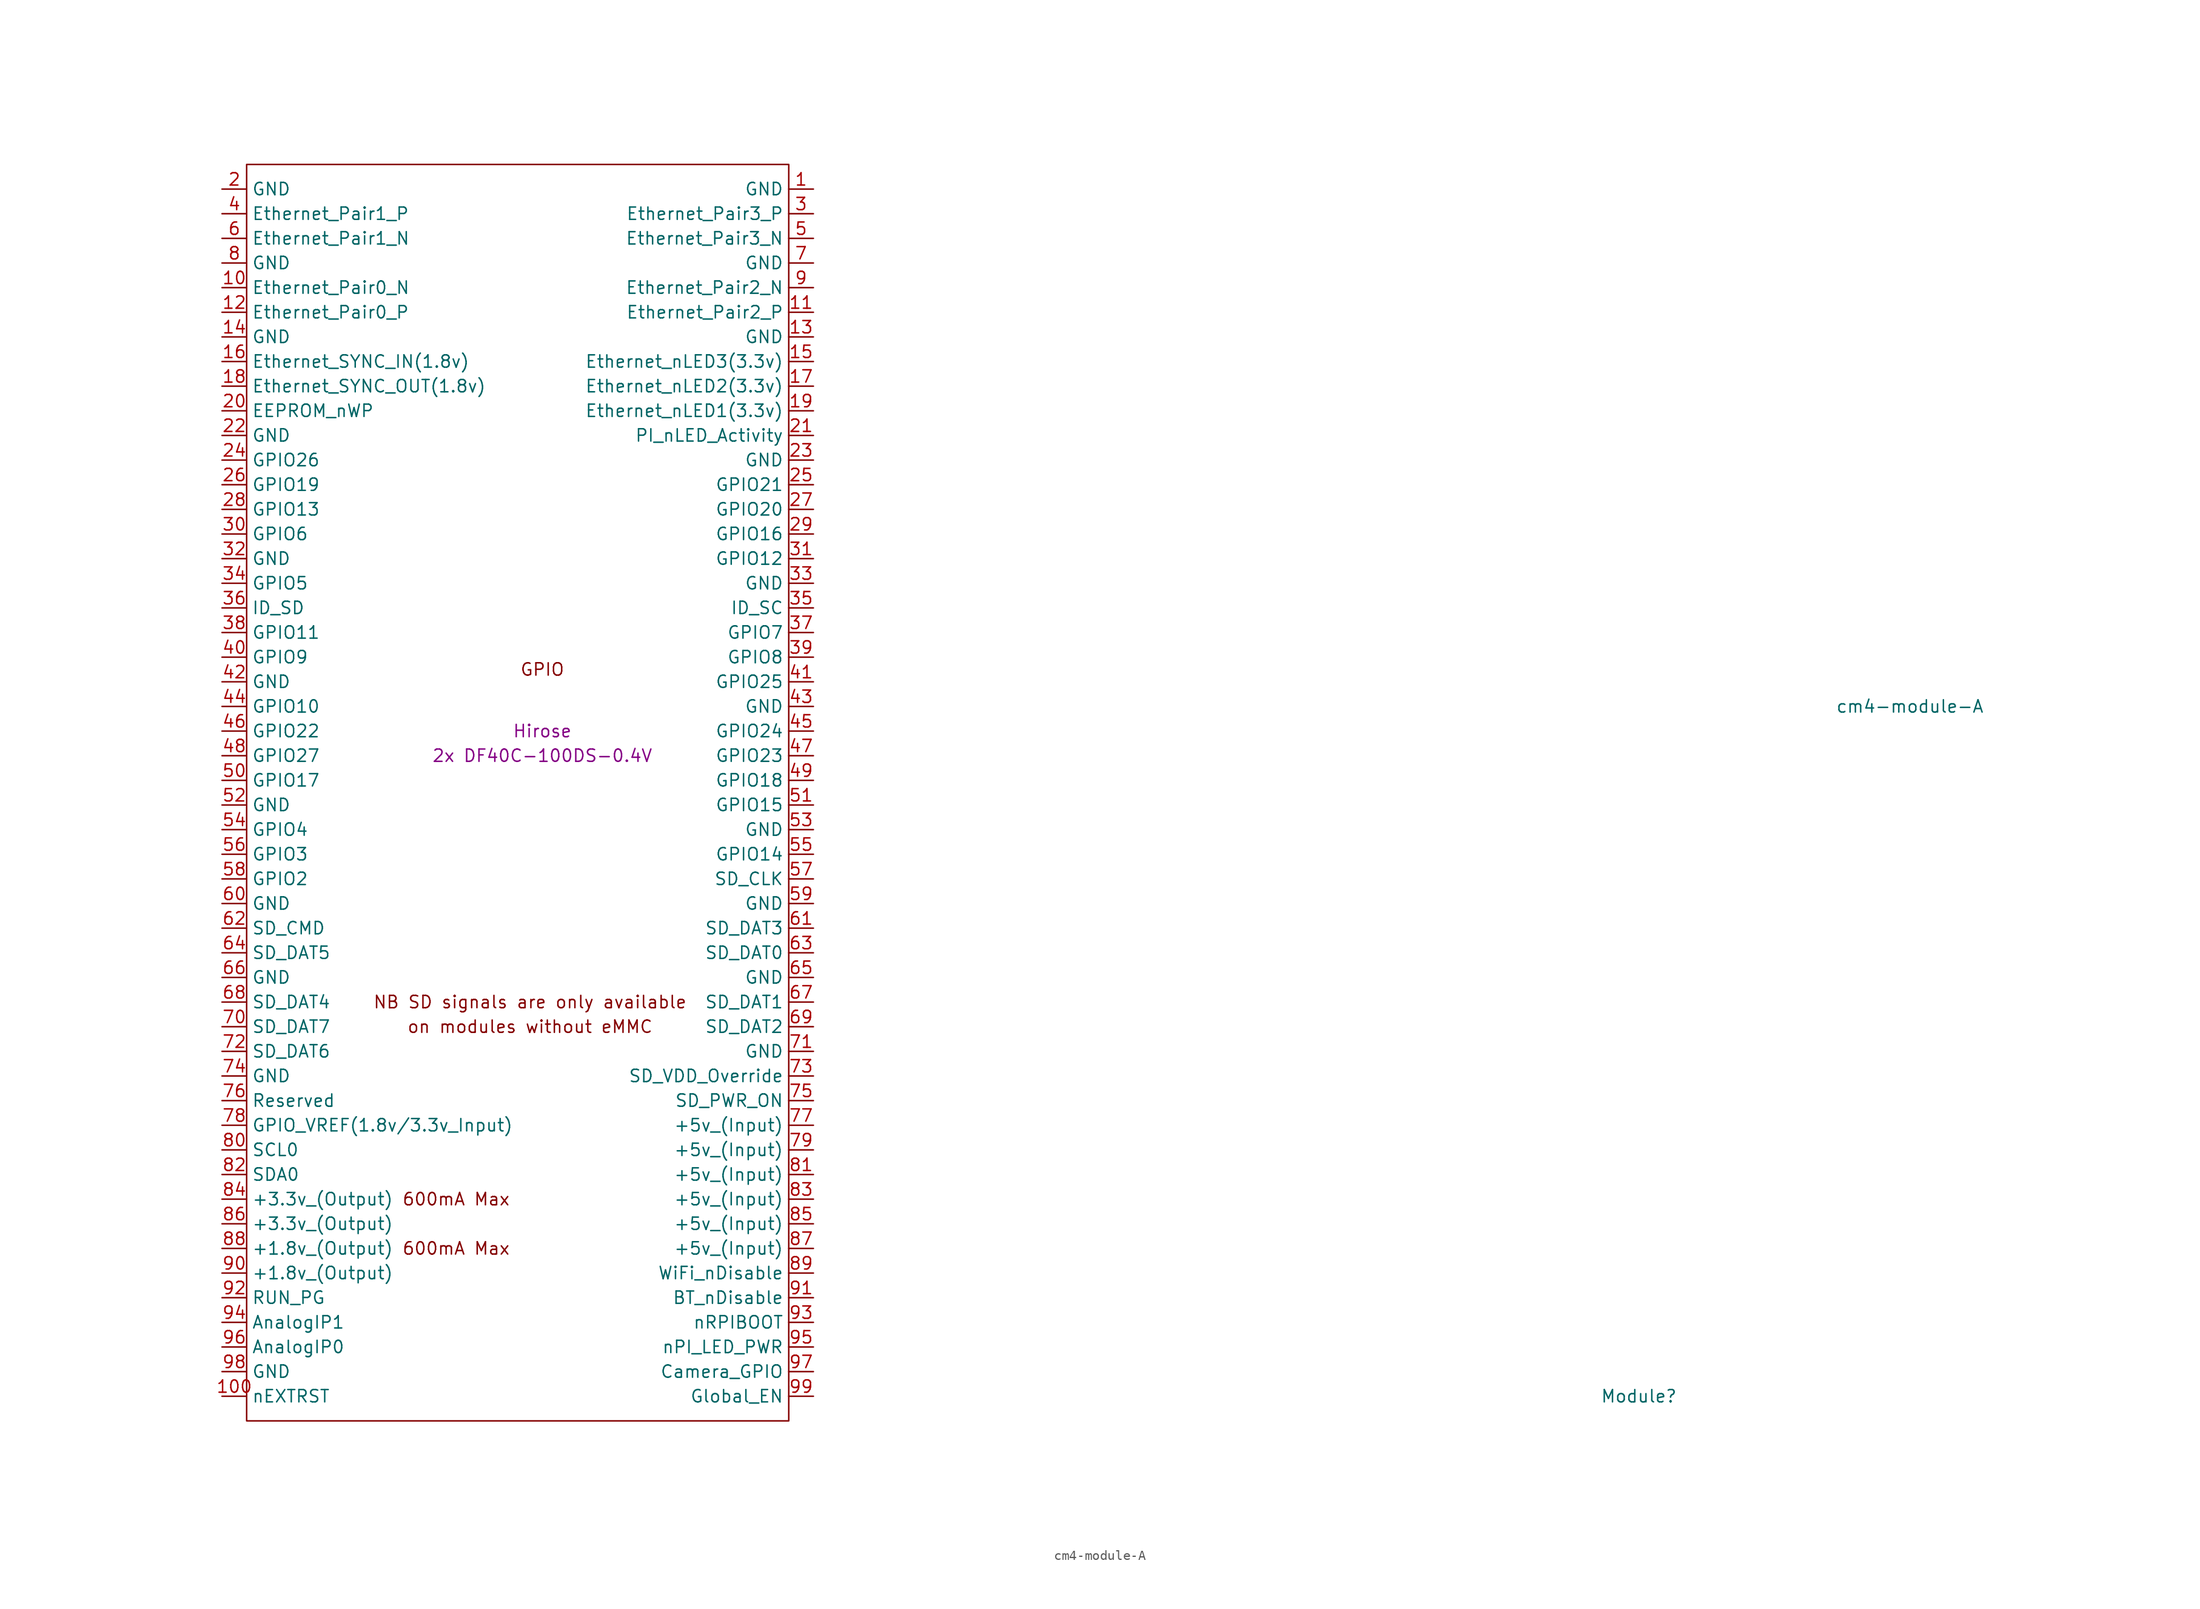
<source format=kicad_sym>
(kicad_symbol_lib
  (version 20201005)
  (generator kicad_symbol_editor)
  (symbol "cm4crypto:cm4-module-A"
    (property "Reference" "Module"
      (at 113.03 -68.58 0)
      (effects (font (size 1.27 1.27))))
    (property "Value" "cm4-module-A"
      (at 140.97 2.54 0)
      (effects (font (size 1.27 1.27))))
    (property "Field4" "Hirose"
      (at 0 0 0)
      (effects (font (size 1.27 1.27))))
    (property "Field5" "2x DF40C-100DS-0.4V"
      (at 0 -2.54 0)
      (effects (font (size 1.27 1.27))))
    (symbol "cm4-module-A_1_0"
      (text "GPIO" (at 0 6.35 0) (effects (font (size 1.27 1.27)))))
    (symbol "cm4-module-A_1_1"
      (text "600mA Max" (at -8.89 -53.34 0) (effects (font (size 1.27 1.27))))
      (text "600mA Max" (at -8.89 -48.26 0) (effects (font (size 1.27 1.27))))
      (text "NB SD signals are only available" (at -1.27 -27.94 0) (effects (font (size 1.27 1.27))))
      (text "on modules without eMMC" (at -1.27 -30.48 0) (effects (font (size 1.27 1.27))))
      (rectangle (start -30.48 -71.12) (end 25.4 58.42) (stroke (width 0)) (fill (type none)))
      (pin power_in line (at 27.94 55.88 180) (length 2.54) (name "GND" (effects (font (size 1.27 1.27)))) (number "1" (effects (font (size 1.27 1.27)))))
      (pin passive line (at -33.02 45.72 0) (length 2.54) (name "Ethernet_Pair0_N" (effects (font (size 1.27 1.27)))) (number "10" (effects (font (size 1.27 1.27)))))
      (pin output line (at -33.02 -68.58 0) (length 2.54) (name "nEXTRST" (effects (font (size 1.27 1.27)))) (number "100" (effects (font (size 1.27 1.27)))))
      (pin passive line (at 27.94 43.18 180) (length 2.54) (name "Ethernet_Pair2_P" (effects (font (size 1.27 1.27)))) (number "11" (effects (font (size 1.27 1.27)))))
      (pin passive line (at -33.02 43.18 0) (length 2.54) (name "Ethernet_Pair0_P" (effects (font (size 1.27 1.27)))) (number "12" (effects (font (size 1.27 1.27)))))
      (pin power_in line (at 27.94 40.64 180) (length 2.54) (name "GND" (effects (font (size 1.27 1.27)))) (number "13" (effects (font (size 1.27 1.27)))))
      (pin power_in line (at -33.02 40.64 0) (length 2.54) (name "GND" (effects (font (size 1.27 1.27)))) (number "14" (effects (font (size 1.27 1.27)))))
      (pin output line (at 27.94 38.1 180) (length 2.54) (name "Ethernet_nLED3(3.3v)" (effects (font (size 1.27 1.27)))) (number "15" (effects (font (size 1.27 1.27)))))
      (pin input line (at -33.02 38.1 0) (length 2.54) (name "Ethernet_SYNC_IN(1.8v)" (effects (font (size 1.27 1.27)))) (number "16" (effects (font (size 1.27 1.27)))))
      (pin output line (at 27.94 35.56 180) (length 2.54) (name "Ethernet_nLED2(3.3v)" (effects (font (size 1.27 1.27)))) (number "17" (effects (font (size 1.27 1.27)))))
      (pin input line (at -33.02 35.56 0) (length 2.54) (name "Ethernet_SYNC_OUT(1.8v)" (effects (font (size 1.27 1.27)))) (number "18" (effects (font (size 1.27 1.27)))))
      (pin output line (at 27.94 33.02 180) (length 2.54) (name "Ethernet_nLED1(3.3v)" (effects (font (size 1.27 1.27)))) (number "19" (effects (font (size 1.27 1.27)))))
      (pin power_in line (at -33.02 55.88 0) (length 2.54) (name "GND" (effects (font (size 1.27 1.27)))) (number "2" (effects (font (size 1.27 1.27)))))
      (pin passive line (at -33.02 33.02 0) (length 2.54) (name "EEPROM_nWP" (effects (font (size 1.27 1.27)))) (number "20" (effects (font (size 1.27 1.27)))))
      (pin open_collector line (at 27.94 30.48 180) (length 2.54) (name "PI_nLED_Activity" (effects (font (size 1.27 1.27)))) (number "21" (effects (font (size 1.27 1.27)))))
      (pin power_in line (at -33.02 30.48 0) (length 2.54) (name "GND" (effects (font (size 1.27 1.27)))) (number "22" (effects (font (size 1.27 1.27)))))
      (pin power_in line (at 27.94 27.94 180) (length 2.54) (name "GND" (effects (font (size 1.27 1.27)))) (number "23" (effects (font (size 1.27 1.27)))))
      (pin passive line (at -33.02 27.94 0) (length 2.54) (name "GPIO26" (effects (font (size 1.27 1.27)))) (number "24" (effects (font (size 1.27 1.27)))))
      (pin passive line (at 27.94 25.4 180) (length 2.54) (name "GPIO21" (effects (font (size 1.27 1.27)))) (number "25" (effects (font (size 1.27 1.27)))))
      (pin passive line (at -33.02 25.4 0) (length 2.54) (name "GPIO19" (effects (font (size 1.27 1.27)))) (number "26" (effects (font (size 1.27 1.27)))))
      (pin passive line (at 27.94 22.86 180) (length 2.54) (name "GPIO20" (effects (font (size 1.27 1.27)))) (number "27" (effects (font (size 1.27 1.27)))))
      (pin passive line (at -33.02 22.86 0) (length 2.54) (name "GPIO13" (effects (font (size 1.27 1.27)))) (number "28" (effects (font (size 1.27 1.27)))))
      (pin passive line (at 27.94 20.32 180) (length 2.54) (name "GPIO16" (effects (font (size 1.27 1.27)))) (number "29" (effects (font (size 1.27 1.27)))))
      (pin passive line (at 27.94 53.34 180) (length 2.54) (name "Ethernet_Pair3_P" (effects (font (size 1.27 1.27)))) (number "3" (effects (font (size 1.27 1.27)))))
      (pin passive line (at -33.02 20.32 0) (length 2.54) (name "GPIO6" (effects (font (size 1.27 1.27)))) (number "30" (effects (font (size 1.27 1.27)))))
      (pin passive line (at 27.94 17.78 180) (length 2.54) (name "GPIO12" (effects (font (size 1.27 1.27)))) (number "31" (effects (font (size 1.27 1.27)))))
      (pin power_in line (at -33.02 17.78 0) (length 2.54) (name "GND" (effects (font (size 1.27 1.27)))) (number "32" (effects (font (size 1.27 1.27)))))
      (pin power_in line (at 27.94 15.24 180) (length 2.54) (name "GND" (effects (font (size 1.27 1.27)))) (number "33" (effects (font (size 1.27 1.27)))))
      (pin passive line (at -33.02 15.24 0) (length 2.54) (name "GPIO5" (effects (font (size 1.27 1.27)))) (number "34" (effects (font (size 1.27 1.27)))))
      (pin passive line (at 27.94 12.7 180) (length 2.54) (name "ID_SC" (effects (font (size 1.27 1.27)))) (number "35" (effects (font (size 1.27 1.27)))))
      (pin passive line (at -33.02 12.7 0) (length 2.54) (name "ID_SD" (effects (font (size 1.27 1.27)))) (number "36" (effects (font (size 1.27 1.27)))))
      (pin passive line (at 27.94 10.16 180) (length 2.54) (name "GPIO7" (effects (font (size 1.27 1.27)))) (number "37" (effects (font (size 1.27 1.27)))))
      (pin passive line (at -33.02 10.16 0) (length 2.54) (name "GPIO11" (effects (font (size 1.27 1.27)))) (number "38" (effects (font (size 1.27 1.27)))))
      (pin passive line (at 27.94 7.62 180) (length 2.54) (name "GPIO8" (effects (font (size 1.27 1.27)))) (number "39" (effects (font (size 1.27 1.27)))))
      (pin passive line (at -33.02 53.34 0) (length 2.54) (name "Ethernet_Pair1_P" (effects (font (size 1.27 1.27)))) (number "4" (effects (font (size 1.27 1.27)))))
      (pin passive line (at -33.02 7.62 0) (length 2.54) (name "GPIO9" (effects (font (size 1.27 1.27)))) (number "40" (effects (font (size 1.27 1.27)))))
      (pin passive line (at 27.94 5.08 180) (length 2.54) (name "GPIO25" (effects (font (size 1.27 1.27)))) (number "41" (effects (font (size 1.27 1.27)))))
      (pin power_in line (at -33.02 5.08 0) (length 2.54) (name "GND" (effects (font (size 1.27 1.27)))) (number "42" (effects (font (size 1.27 1.27)))))
      (pin power_in line (at 27.94 2.54 180) (length 2.54) (name "GND" (effects (font (size 1.27 1.27)))) (number "43" (effects (font (size 1.27 1.27)))))
      (pin passive line (at -33.02 2.54 0) (length 2.54) (name "GPIO10" (effects (font (size 1.27 1.27)))) (number "44" (effects (font (size 1.27 1.27)))))
      (pin passive line (at 27.94 0 180) (length 2.54) (name "GPIO24" (effects (font (size 1.27 1.27)))) (number "45" (effects (font (size 1.27 1.27)))))
      (pin passive line (at -33.02 0 0) (length 2.54) (name "GPIO22" (effects (font (size 1.27 1.27)))) (number "46" (effects (font (size 1.27 1.27)))))
      (pin passive line (at 27.94 -2.54 180) (length 2.54) (name "GPIO23" (effects (font (size 1.27 1.27)))) (number "47" (effects (font (size 1.27 1.27)))))
      (pin passive line (at -33.02 -2.54 0) (length 2.54) (name "GPIO27" (effects (font (size 1.27 1.27)))) (number "48" (effects (font (size 1.27 1.27)))))
      (pin passive line (at 27.94 -5.08 180) (length 2.54) (name "GPIO18" (effects (font (size 1.27 1.27)))) (number "49" (effects (font (size 1.27 1.27)))))
      (pin passive line (at 27.94 50.8 180) (length 2.54) (name "Ethernet_Pair3_N" (effects (font (size 1.27 1.27)))) (number "5" (effects (font (size 1.27 1.27)))))
      (pin passive line (at -33.02 -5.08 0) (length 2.54) (name "GPIO17" (effects (font (size 1.27 1.27)))) (number "50" (effects (font (size 1.27 1.27)))))
      (pin passive line (at 27.94 -7.62 180) (length 2.54) (name "GPIO15" (effects (font (size 1.27 1.27)))) (number "51" (effects (font (size 1.27 1.27)))))
      (pin power_in line (at -33.02 -7.62 0) (length 2.54) (name "GND" (effects (font (size 1.27 1.27)))) (number "52" (effects (font (size 1.27 1.27)))))
      (pin power_in line (at 27.94 -10.16 180) (length 2.54) (name "GND" (effects (font (size 1.27 1.27)))) (number "53" (effects (font (size 1.27 1.27)))))
      (pin passive line (at -33.02 -10.16 0) (length 2.54) (name "GPIO4" (effects (font (size 1.27 1.27)))) (number "54" (effects (font (size 1.27 1.27)))))
      (pin passive line (at 27.94 -12.7 180) (length 2.54) (name "GPIO14" (effects (font (size 1.27 1.27)))) (number "55" (effects (font (size 1.27 1.27)))))
      (pin passive line (at -33.02 -12.7 0) (length 2.54) (name "GPIO3" (effects (font (size 1.27 1.27)))) (number "56" (effects (font (size 1.27 1.27)))))
      (pin passive line (at 27.94 -15.24 180) (length 2.54) (name "SD_CLK" (effects (font (size 1.27 1.27)))) (number "57" (effects (font (size 1.27 1.27)))))
      (pin passive line (at -33.02 -15.24 0) (length 2.54) (name "GPIO2" (effects (font (size 1.27 1.27)))) (number "58" (effects (font (size 1.27 1.27)))))
      (pin power_in line (at 27.94 -17.78 180) (length 2.54) (name "GND" (effects (font (size 1.27 1.27)))) (number "59" (effects (font (size 1.27 1.27)))))
      (pin passive line (at -33.02 50.8 0) (length 2.54) (name "Ethernet_Pair1_N" (effects (font (size 1.27 1.27)))) (number "6" (effects (font (size 1.27 1.27)))))
      (pin power_in line (at -33.02 -17.78 0) (length 2.54) (name "GND" (effects (font (size 1.27 1.27)))) (number "60" (effects (font (size 1.27 1.27)))))
      (pin passive line (at 27.94 -20.32 180) (length 2.54) (name "SD_DAT3" (effects (font (size 1.27 1.27)))) (number "61" (effects (font (size 1.27 1.27)))))
      (pin passive line (at -33.02 -20.32 0) (length 2.54) (name "SD_CMD" (effects (font (size 1.27 1.27)))) (number "62" (effects (font (size 1.27 1.27)))))
      (pin passive line (at 27.94 -22.86 180) (length 2.54) (name "SD_DAT0" (effects (font (size 1.27 1.27)))) (number "63" (effects (font (size 1.27 1.27)))))
      (pin passive line (at -33.02 -22.86 0) (length 2.54) (name "SD_DAT5" (effects (font (size 1.27 1.27)))) (number "64" (effects (font (size 1.27 1.27)))))
      (pin power_in line (at 27.94 -25.4 180) (length 2.54) (name "GND" (effects (font (size 1.27 1.27)))) (number "65" (effects (font (size 1.27 1.27)))))
      (pin power_in line (at -33.02 -25.4 0) (length 2.54) (name "GND" (effects (font (size 1.27 1.27)))) (number "66" (effects (font (size 1.27 1.27)))))
      (pin passive line (at 27.94 -27.94 180) (length 2.54) (name "SD_DAT1" (effects (font (size 1.27 1.27)))) (number "67" (effects (font (size 1.27 1.27)))))
      (pin passive line (at -33.02 -27.94 0) (length 2.54) (name "SD_DAT4" (effects (font (size 1.27 1.27)))) (number "68" (effects (font (size 1.27 1.27)))))
      (pin passive line (at 27.94 -30.48 180) (length 2.54) (name "SD_DAT2" (effects (font (size 1.27 1.27)))) (number "69" (effects (font (size 1.27 1.27)))))
      (pin power_in line (at 27.94 48.26 180) (length 2.54) (name "GND" (effects (font (size 1.27 1.27)))) (number "7" (effects (font (size 1.27 1.27)))))
      (pin passive line (at -33.02 -30.48 0) (length 2.54) (name "SD_DAT7" (effects (font (size 1.27 1.27)))) (number "70" (effects (font (size 1.27 1.27)))))
      (pin power_in line (at 27.94 -33.02 180) (length 2.54) (name "GND" (effects (font (size 1.27 1.27)))) (number "71" (effects (font (size 1.27 1.27)))))
      (pin passive line (at -33.02 -33.02 0) (length 2.54) (name "SD_DAT6" (effects (font (size 1.27 1.27)))) (number "72" (effects (font (size 1.27 1.27)))))
      (pin input line (at 27.94 -35.56 180) (length 2.54) (name "SD_VDD_Override" (effects (font (size 1.27 1.27)))) (number "73" (effects (font (size 1.27 1.27)))))
      (pin power_in line (at -33.02 -35.56 0) (length 2.54) (name "GND" (effects (font (size 1.27 1.27)))) (number "74" (effects (font (size 1.27 1.27)))))
      (pin output line (at 27.94 -38.1 180) (length 2.54) (name "SD_PWR_ON" (effects (font (size 1.27 1.27)))) (number "75" (effects (font (size 1.27 1.27)))))
      (pin passive line (at -33.02 -38.1 0) (length 2.54) (name "Reserved" (effects (font (size 1.27 1.27)))) (number "76" (effects (font (size 1.27 1.27)))))
      (pin power_in line (at 27.94 -40.64 180) (length 2.54) (name "+5v_(Input)" (effects (font (size 1.27 1.27)))) (number "77" (effects (font (size 1.27 1.27)))))
      (pin power_in line (at -33.02 -40.64 0) (length 2.54) (name "GPIO_VREF(1.8v/3.3v_Input)" (effects (font (size 1.27 1.27)))) (number "78" (effects (font (size 1.27 1.27)))))
      (pin power_in line (at 27.94 -43.18 180) (length 2.54) (name "+5v_(Input)" (effects (font (size 1.27 1.27)))) (number "79" (effects (font (size 1.27 1.27)))))
      (pin power_in line (at -33.02 48.26 0) (length 2.54) (name "GND" (effects (font (size 1.27 1.27)))) (number "8" (effects (font (size 1.27 1.27)))))
      (pin passive line (at -33.02 -43.18 0) (length 2.54) (name "SCL0" (effects (font (size 1.27 1.27)))) (number "80" (effects (font (size 1.27 1.27)))))
      (pin power_in line (at 27.94 -45.72 180) (length 2.54) (name "+5v_(Input)" (effects (font (size 1.27 1.27)))) (number "81" (effects (font (size 1.27 1.27)))))
      (pin passive line (at -33.02 -45.72 0) (length 2.54) (name "SDA0" (effects (font (size 1.27 1.27)))) (number "82" (effects (font (size 1.27 1.27)))))
      (pin power_in line (at 27.94 -48.26 180) (length 2.54) (name "+5v_(Input)" (effects (font (size 1.27 1.27)))) (number "83" (effects (font (size 1.27 1.27)))))
      (pin power_out line (at -33.02 -48.26 0) (length 2.54) (name "+3.3v_(Output)" (effects (font (size 1.27 1.27)))) (number "84" (effects (font (size 1.27 1.27)))))
      (pin power_in line (at 27.94 -50.8 180) (length 2.54) (name "+5v_(Input)" (effects (font (size 1.27 1.27)))) (number "85" (effects (font (size 1.27 1.27)))))
      (pin power_out line (at -33.02 -50.8 0) (length 2.54) (name "+3.3v_(Output)" (effects (font (size 1.27 1.27)))) (number "86" (effects (font (size 1.27 1.27)))))
      (pin power_in line (at 27.94 -53.34 180) (length 2.54) (name "+5v_(Input)" (effects (font (size 1.27 1.27)))) (number "87" (effects (font (size 1.27 1.27)))))
      (pin power_out line (at -33.02 -53.34 0) (length 2.54) (name "+1.8v_(Output)" (effects (font (size 1.27 1.27)))) (number "88" (effects (font (size 1.27 1.27)))))
      (pin power_in line (at 27.94 -55.88 180) (length 2.54) (name "WiFi_nDisable" (effects (font (size 1.27 1.27)))) (number "89" (effects (font (size 1.27 1.27)))))
      (pin passive line (at 27.94 45.72 180) (length 2.54) (name "Ethernet_Pair2_N" (effects (font (size 1.27 1.27)))) (number "9" (effects (font (size 1.27 1.27)))))
      (pin power_out line (at -33.02 -55.88 0) (length 2.54) (name "+1.8v_(Output)" (effects (font (size 1.27 1.27)))) (number "90" (effects (font (size 1.27 1.27)))))
      (pin power_in line (at 27.94 -58.42 180) (length 2.54) (name "BT_nDisable" (effects (font (size 1.27 1.27)))) (number "91" (effects (font (size 1.27 1.27)))))
      (pin passive line (at -33.02 -58.42 0) (length 2.54) (name "RUN_PG" (effects (font (size 1.27 1.27)))) (number "92" (effects (font (size 1.27 1.27)))))
      (pin input line (at 27.94 -60.96 180) (length 2.54) (name "nRPIBOOT" (effects (font (size 1.27 1.27)))) (number "93" (effects (font (size 1.27 1.27)))))
      (pin passive line (at -33.02 -60.96 0) (length 2.54) (name "AnalogIP1" (effects (font (size 1.27 1.27)))) (number "94" (effects (font (size 1.27 1.27)))))
      (pin output line (at 27.94 -63.5 180) (length 2.54) (name "nPI_LED_PWR" (effects (font (size 1.27 1.27)))) (number "95" (effects (font (size 1.27 1.27)))))
      (pin passive line (at -33.02 -63.5 0) (length 2.54) (name "AnalogIP0" (effects (font (size 1.27 1.27)))) (number "96" (effects (font (size 1.27 1.27)))))
      (pin passive line (at 27.94 -66.04 180) (length 2.54) (name "Camera_GPIO" (effects (font (size 1.27 1.27)))) (number "97" (effects (font (size 1.27 1.27)))))
      (pin power_in line (at -33.02 -66.04 0) (length 2.54) (name "GND" (effects (font (size 1.27 1.27)))) (number "98" (effects (font (size 1.27 1.27)))))
      (pin input line (at 27.94 -68.58 180) (length 2.54) (name "Global_EN" (effects (font (size 1.27 1.27)))) (number "99" (effects (font (size 1.27 1.27))))))))
</source>
